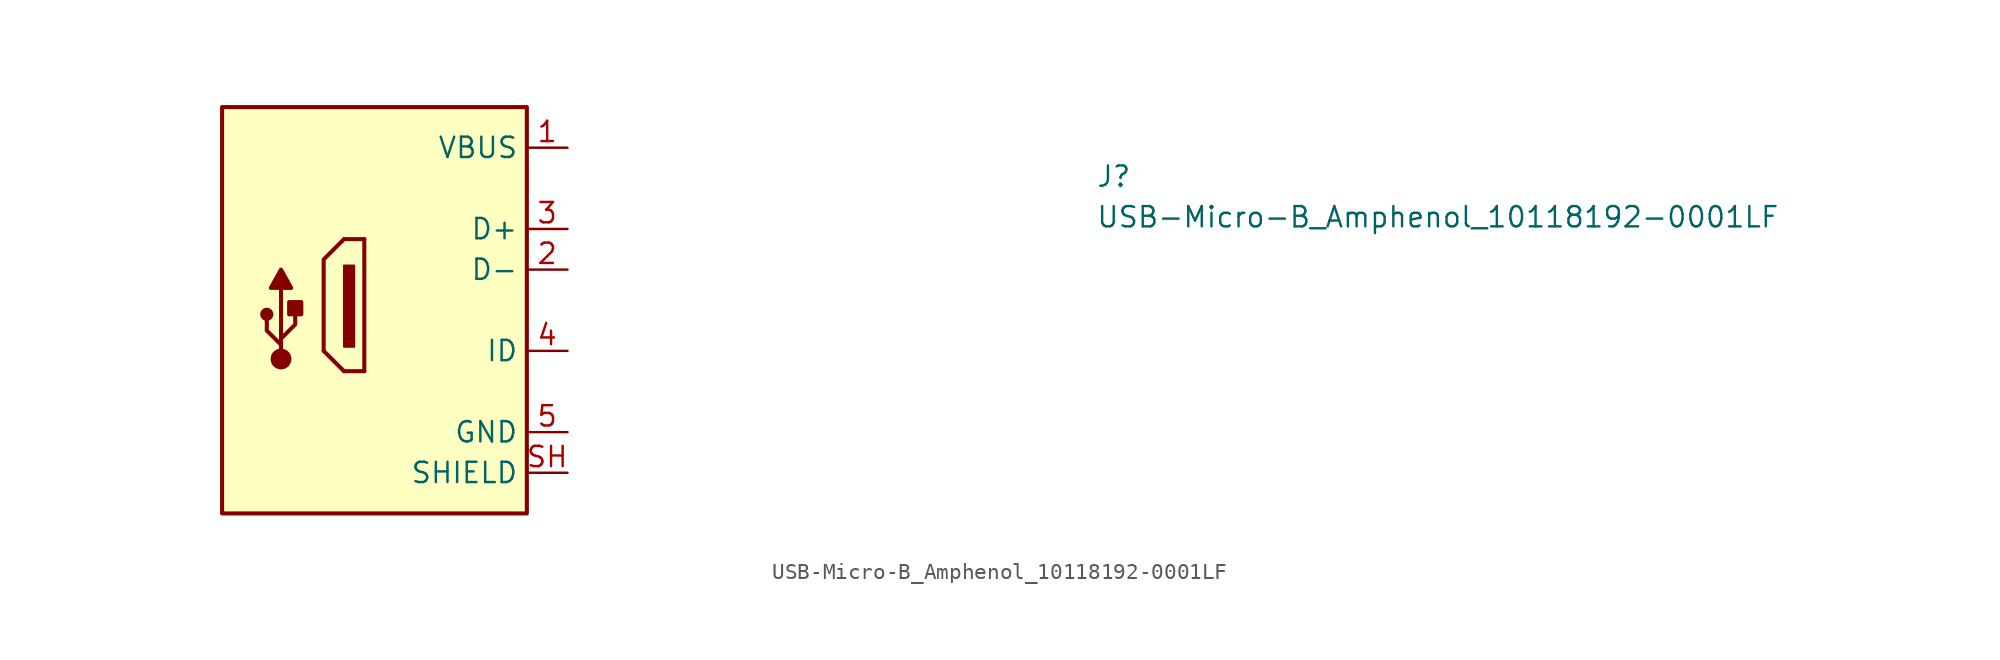
<source format=kicad_sym>
(kicad_symbol_lib
  (version 20220914)
  (generator kicad_symbol_editor)
  (symbol "USB-Micro-B_Amphenol_10118192-0001LF"
    (property "Reference" "J"
      (at 33.02 -2.54 0)
      (effects (font (size 1.27 1.27) (thickness 0.15)) (justify left bottom)))
    (property "Value" "USB-Micro-B_Amphenol_10118192-0001LF"
      (at 33.02 -5.08 0)
      (effects (font (size 1.27 1.27) (thickness 0.15)) (justify left bottom)))
    (symbol "USB-Micro-B_Amphenol_10118192-0001LF_0_1"
      (rectangle (start -13.335 -7.366) (end -13.97 -12.446) (stroke (width 0.127) (type default)) (fill (type outline)))
      (polyline (pts (xy -13.97 -13.97) (xy -15.24 -12.7)) (stroke (width 0.254) (type default)) (fill (type none)))
      (polyline (pts (xy -12.7 -13.97) (xy -13.97 -13.97)) (stroke (width 0.254) (type default)) (fill (type none)))
      (polyline (pts (xy -12.7 -13.97) (xy -12.7 -5.715)) (stroke (width 0.254) (type default)) (fill (type none)))
      (polyline (pts (xy -12.7 -5.715) (xy -13.97 -5.715)) (stroke (width 0.254) (type default)) (fill (type none)))
      (polyline (pts (xy -13.97 -5.715) (xy -15.24 -6.985) (xy -15.24 -12.7)) (stroke (width 0.254) (type default)) (fill (type none))))
    (symbol "USB-Micro-B_Amphenol_10118192-0001LF_1_1"
      (rectangle (start -21.59 2.54) (end -2.54 -22.86) (stroke (width 0.254) (type default)) (fill (type background)))
      (circle (center -18.796 -10.414) (radius 0.284) (stroke (width 0.254) (type default)) (fill (type outline)))
      (circle (center -17.907 -13.208) (radius 0.524) (stroke (width 0.254) (type default)) (fill (type outline)))
      (rectangle (start -17.399 -10.414) (end -16.637 -9.652) (stroke (width 0.254) (type default)) (fill (type outline)))
      (polyline (pts (xy -17.907 -13.081) (xy -17.907 -8.763)) (stroke (width 0.254) (type default)) (fill (type background)))
      (polyline (pts (xy -17.907 -12.319) (xy -18.796 -11.43) (xy -18.796 -10.795)) (stroke (width 0.254) (type default)) (fill (type background)))
      (polyline (pts (xy -17.907 -11.938) (xy -17.018 -11.049) (xy -17.018 -10.414)) (stroke (width 0.254) (type default)) (fill (type background)))
      (polyline (pts (xy -18.542 -8.763) (xy -17.907 -7.62) (xy -17.272 -8.763) (xy -18.542 -8.763)) (stroke (width 0.254) (type default)) (fill (type outline)))
      (pin passive line (at 0 0 180) (length 2.54) (name "VBUS" (effects (font (size 1.27 1.27)))) (number "1" (effects (font (size 1.27 1.27)))))
      (pin bidirectional line (at 0 -7.62 180) (length 2.54) (name "D-" (effects (font (size 1.27 1.27)))) (number "2" (effects (font (size 1.27 1.27)))))
      (pin bidirectional line (at 0 -5.08 180) (length 2.54) (name "D+" (effects (font (size 1.27 1.27)))) (number "3" (effects (font (size 1.27 1.27)))))
      (pin bidirectional line (at 0 -12.7 180) (length 2.54) (name "ID" (effects (font (size 1.27 1.27)))) (number "4" (effects (font (size 1.27 1.27)))))
      (pin power_in line (at 0 -17.78 180) (length 2.54) (name "GND" (effects (font (size 1.27 1.27)))) (number "5" (effects (font (size 1.27 1.27)))))
      (pin passive line (at 0 -20.32 180) (length 2.54) (name "SHIELD" (effects (font (size 1.27 1.27)))) (number "SH" (effects (font (size 1.27 1.27))))))))
</source>
